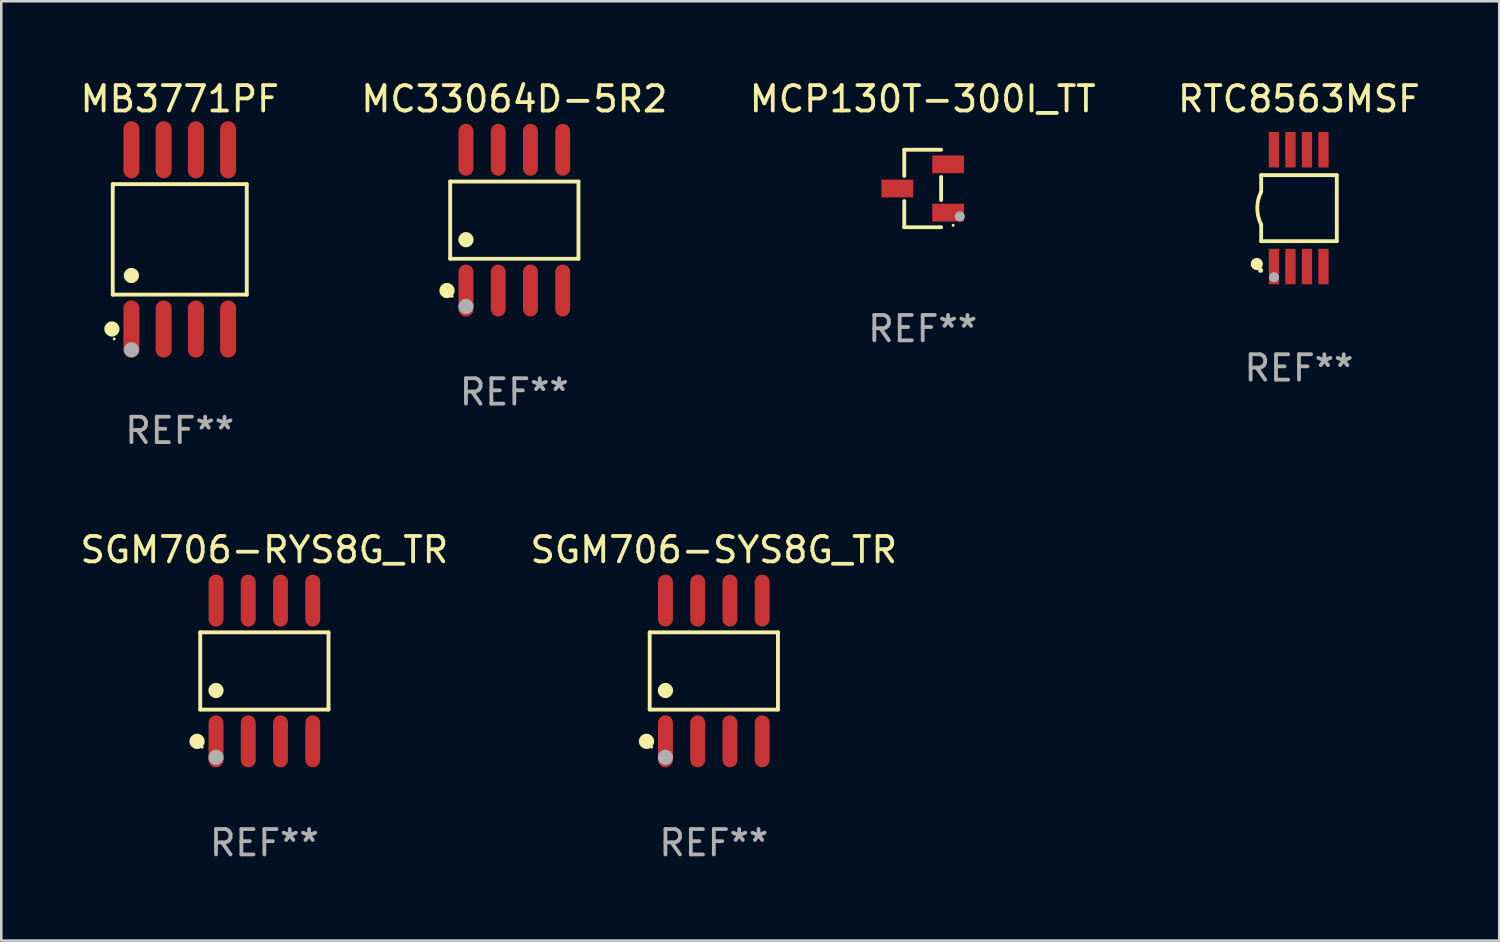
<source format=kicad_pcb>
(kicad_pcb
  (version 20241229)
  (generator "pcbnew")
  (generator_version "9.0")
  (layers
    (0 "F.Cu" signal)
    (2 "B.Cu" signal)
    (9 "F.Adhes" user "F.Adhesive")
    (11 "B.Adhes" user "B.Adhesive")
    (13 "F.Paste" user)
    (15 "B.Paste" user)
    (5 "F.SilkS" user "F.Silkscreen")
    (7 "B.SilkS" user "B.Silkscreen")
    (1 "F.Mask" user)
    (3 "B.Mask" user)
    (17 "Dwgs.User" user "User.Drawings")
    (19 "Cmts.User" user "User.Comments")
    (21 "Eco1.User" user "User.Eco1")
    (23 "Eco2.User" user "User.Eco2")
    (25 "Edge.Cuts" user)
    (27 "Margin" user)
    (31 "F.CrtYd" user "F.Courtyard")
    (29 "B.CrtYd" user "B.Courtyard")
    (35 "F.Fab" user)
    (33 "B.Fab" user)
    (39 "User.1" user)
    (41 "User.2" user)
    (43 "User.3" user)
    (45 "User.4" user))
  (footprint "RTC8563MSF"
    (layer "F.Cu")
    (at 48.113 5.148)
    (property "Reference" "RTC8563MSF" (at 0 -4.3 0) (layer "F.SilkS") (effects (font (size 1 1) (thickness 0.15))))
    (attr through_hole)
    (fp_line (start -1.489 -1.3) (end -1.489 -0.648) (stroke (width 0.15) (type solid)) (layer "F.SilkS"))
    (fp_line (start -1.489 0.648) (end -1.489 1.3) (stroke (width 0.15) (type solid)) (layer "F.SilkS"))
    (fp_line (start -1.489 1.3) (end 1.489 1.3) (stroke (width 0.15) (type solid)) (layer "F.SilkS"))
    (fp_line (start 1.489 -1.3) (end -1.489 -1.3) (stroke (width 0.15) (type solid)) (layer "F.SilkS"))
    (fp_line (start 1.489 1.3) (end 1.489 -1.3) (stroke (width 0.15) (type solid)) (layer "F.SilkS"))
    (fp_arc (start -1.489205 0.647702) (mid -1.642107 0) (end -1.489205 -0.647701) (stroke (width 0.150013) (type solid)) (layer "F.SilkS"))
    (fp_circle (center -1.661 2.2) (end -1.541 2.2) (stroke (width 0.24) (type solid)) (fill no) (layer "F.SilkS"))
    (fp_circle (center -1.511 2.45) (end -1.461 2.45) (stroke (width 0.1) (type solid)) (fill no) (layer "F.SilkS"))
    (fp_circle (center -0.981 2.72) (end -0.881 2.72) (stroke (width 0.2) (type solid)) (fill no) (layer "F.Fab"))
    (fp_text user "REF**" (at 0 6.3 0) (layer "F.Fab") (effects (font (size 1 1) (thickness 0.15))))
    (pad "1" smd rect (at -0.986 2.3) (size 0.406 1.397) (layers "F.Cu" "F.Mask" "F.Paste"))
    (pad "2" smd rect (at -0.336 2.3) (size 0.406 1.397) (layers "F.Cu" "F.Mask" "F.Paste"))
    (pad "3" smd rect (at 0.314 2.3) (size 0.406 1.397) (layers "F.Cu" "F.Mask" "F.Paste"))
    (pad "4" smd rect (at 0.964 2.3) (size 0.406 1.397) (layers "F.Cu" "F.Mask" "F.Paste"))
    (pad "5" smd rect (at 0.964 -2.3) (size 0.406 1.397) (layers "F.Cu" "F.Mask" "F.Paste"))
    (pad "6" smd rect (at 0.314 -2.3) (size 0.406 1.397) (layers "F.Cu" "F.Mask" "F.Paste"))
    (pad "7" smd rect (at -0.336 -2.3) (size 0.406 1.397) (layers "F.Cu" "F.Mask" "F.Paste"))
    (pad "8" smd rect (at -0.986 -2.3) (size 0.406 1.397) (layers "F.Cu" "F.Mask" "F.Paste")))
  (footprint "SGM706-SYS8G_TR"
    (layer "F.Cu")
    (at 25.065 23.377)
    (property "Reference" "SGM706-SYS8G_TR" (at 0 -4.772 0) (layer "F.SilkS") (effects (font (size 1 1) (thickness 0.15))))
    (attr through_hole)
    (fp_line (start -2.526 -1.521) (end 2.526 -1.521) (stroke (width 0.152) (type solid)) (layer "F.SilkS"))
    (fp_line (start -2.526 1.521) (end -2.526 -1.521) (stroke (width 0.152) (type solid)) (layer "F.SilkS"))
    (fp_line (start 2.526 -1.521) (end 2.526 1.521) (stroke (width 0.152) (type solid)) (layer "F.SilkS"))
    (fp_line (start 2.526 1.521) (end -2.526 1.521) (stroke (width 0.152) (type solid)) (layer "F.SilkS"))
    (fp_circle (center -2.652 2.772) (end -2.501 2.772) (stroke (width 0.3) (type solid)) (fill no) (layer "F.SilkS"))
    (fp_circle (center -2.45 3) (end -2.42 3) (stroke (width 0.06) (type solid)) (fill no) (layer "F.SilkS"))
    (fp_circle (center -1.905 0.769) (end -1.755 0.769) (stroke (width 0.3) (type solid)) (fill no) (layer "F.SilkS"))
    (fp_circle (center -1.905 3.4) (end -1.755 3.4) (stroke (width 0.3) (type solid)) (fill no) (layer "F.Fab"))
    (fp_text user "REF**" (at 0 6.772 0) (layer "F.Fab") (effects (font (size 1 1) (thickness 0.15))))
    (pad "1" smd oval (at -1.905 2.772) (size 0.588 2.045) (layers "F.Cu" "F.Mask" "F.Paste"))
    (pad "2" smd oval (at -0.635 2.772) (size 0.588 2.045) (layers "F.Cu" "F.Mask" "F.Paste"))
    (pad "3" smd oval (at 0.635 2.772) (size 0.588 2.045) (layers "F.Cu" "F.Mask" "F.Paste"))
    (pad "4" smd oval (at 1.905 2.772) (size 0.588 2.045) (layers "F.Cu" "F.Mask" "F.Paste"))
    (pad "5" smd oval (at 1.905 -2.772) (size 0.588 2.045) (layers "F.Cu" "F.Mask" "F.Paste"))
    (pad "6" smd oval (at 0.635 -2.772) (size 0.588 2.045) (layers "F.Cu" "F.Mask" "F.Paste"))
    (pad "7" smd oval (at -0.635 -2.772) (size 0.588 2.045) (layers "F.Cu" "F.Mask" "F.Paste"))
    (pad "8" smd oval (at -1.905 -2.772) (size 0.588 2.045) (layers "F.Cu" "F.Mask" "F.Paste")))
  (footprint "MCP130T-300I_TT"
    (layer "F.Cu")
    (at 33.292 4.374)
    (property "Reference" "MCP130T-300I_TT" (at 0 -3.526 0) (layer "F.SilkS") (effects (font (size 1 1) (thickness 0.15))))
    (attr through_hole)
    (fp_line (start -0.726 -1.526) (end -0.726 -0.495) (stroke (width 0.152) (type solid)) (layer "F.SilkS"))
    (fp_line (start -0.726 1.526) (end -0.726 0.495) (stroke (width 0.152) (type solid)) (layer "F.SilkS"))
    (fp_line (start 0.726 -1.526) (end -0.726 -1.526) (stroke (width 0.152) (type solid)) (layer "F.SilkS"))
    (fp_line (start 0.726 -0.455) (end 0.726 0.455) (stroke (width 0.152) (type solid)) (layer "F.SilkS"))
    (fp_line (start 0.726 1.526) (end -0.726 1.526) (stroke (width 0.152) (type solid)) (layer "F.SilkS"))
    (fp_circle (center 1.2 1.45) (end 1.23 1.45) (stroke (width 0.06) (type solid)) (fill no) (layer "F.SilkS"))
    (fp_circle (center 1.46 1.1) (end 1.56 1.1) (stroke (width 0.2) (type solid)) (fill no) (layer "F.Fab"))
    (fp_text user "REF**" (at 0 5.526 0) (layer "F.Fab") (effects (font (size 1 1) (thickness 0.15))))
    (pad "1" smd rect (at 1 0.95) (size 1.25 0.7) (layers "F.Cu" "F.Mask" "F.Paste"))
    (pad "2" smd rect (at 1 -0.95) (size 1.25 0.7) (layers "F.Cu" "F.Mask" "F.Paste"))
    (pad "3" smd rect (at -1 0) (size 1.25 0.7) (layers "F.Cu" "F.Mask" "F.Paste")))
  (footprint "SGM706-RYS8G_TR"
    (layer "F.Cu")
    (at 7.363 23.377)
    (property "Reference" "SGM706-RYS8G_TR" (at 0 -4.772 0) (layer "F.SilkS") (effects (font (size 1 1) (thickness 0.15))))
    (attr through_hole)
    (fp_line (start -2.526 -1.521) (end 2.526 -1.521) (stroke (width 0.152) (type solid)) (layer "F.SilkS"))
    (fp_line (start -2.526 1.521) (end -2.526 -1.521) (stroke (width 0.152) (type solid)) (layer "F.SilkS"))
    (fp_line (start 2.526 -1.521) (end 2.526 1.521) (stroke (width 0.152) (type solid)) (layer "F.SilkS"))
    (fp_line (start 2.526 1.521) (end -2.526 1.521) (stroke (width 0.152) (type solid)) (layer "F.SilkS"))
    (fp_circle (center -2.652 2.772) (end -2.501 2.772) (stroke (width 0.3) (type solid)) (fill no) (layer "F.SilkS"))
    (fp_circle (center -2.45 3) (end -2.42 3) (stroke (width 0.06) (type solid)) (fill no) (layer "F.SilkS"))
    (fp_circle (center -1.905 0.769) (end -1.755 0.769) (stroke (width 0.3) (type solid)) (fill no) (layer "F.SilkS"))
    (fp_circle (center -1.905 3.4) (end -1.755 3.4) (stroke (width 0.3) (type solid)) (fill no) (layer "F.Fab"))
    (fp_text user "REF**" (at 0 6.772 0) (layer "F.Fab") (effects (font (size 1 1) (thickness 0.15))))
    (pad "1" smd oval (at -1.905 2.772) (size 0.588 2.045) (layers "F.Cu" "F.Mask" "F.Paste"))
    (pad "2" smd oval (at -0.635 2.772) (size 0.588 2.045) (layers "F.Cu" "F.Mask" "F.Paste"))
    (pad "3" smd oval (at 0.635 2.772) (size 0.588 2.045) (layers "F.Cu" "F.Mask" "F.Paste"))
    (pad "4" smd oval (at 1.905 2.772) (size 0.588 2.045) (layers "F.Cu" "F.Mask" "F.Paste"))
    (pad "5" smd oval (at 1.905 -2.772) (size 0.588 2.045) (layers "F.Cu" "F.Mask" "F.Paste"))
    (pad "6" smd oval (at 0.635 -2.772) (size 0.588 2.045) (layers "F.Cu" "F.Mask" "F.Paste"))
    (pad "7" smd oval (at -0.635 -2.772) (size 0.588 2.045) (layers "F.Cu" "F.Mask" "F.Paste"))
    (pad "8" smd oval (at -1.905 -2.772) (size 0.588 2.045) (layers "F.Cu" "F.Mask" "F.Paste")))
  (footprint "MB3771PF"
    (layer "F.Cu")
    (at 4.03 6.378)
    (property "Reference" "MB3771PF" (at 0 -5.53 0) (layer "F.SilkS") (effects (font (size 1 1) (thickness 0.15))))
    (attr through_hole)
    (fp_line (start -2.639 -2.176) (end 2.639 -2.176) (stroke (width 0.152) (type solid)) (layer "F.SilkS"))
    (fp_line (start -2.639 2.176) (end -2.639 -2.176) (stroke (width 0.152) (type solid)) (layer "F.SilkS"))
    (fp_line (start 2.639 -2.176) (end 2.639 2.176) (stroke (width 0.152) (type solid)) (layer "F.SilkS"))
    (fp_line (start 2.639 2.176) (end -2.639 2.176) (stroke (width 0.152) (type solid)) (layer "F.SilkS"))
    (fp_circle (center -2.672 3.53) (end -2.522 3.53) (stroke (width 0.3) (type solid)) (fill no) (layer "F.SilkS"))
    (fp_circle (center -2.585 3.92) (end -2.555 3.92) (stroke (width 0.06) (type solid)) (fill no) (layer "F.SilkS"))
    (fp_circle (center -1.905 1.424) (end -1.755 1.424) (stroke (width 0.3) (type solid)) (fill no) (layer "F.SilkS"))
    (fp_circle (center -1.905 4.35) (end -1.755 4.35) (stroke (width 0.3) (type solid)) (fill no) (layer "F.Fab"))
    (fp_text user "REF**" (at 0 7.53 0) (layer "F.Fab") (effects (font (size 1 1) (thickness 0.15))))
    (pad "1" smd oval (at -1.905 3.53) (size 0.63 2.25) (layers "F.Cu" "F.Mask" "F.Paste"))
    (pad "2" smd oval (at -0.635 3.53) (size 0.63 2.25) (layers "F.Cu" "F.Mask" "F.Paste"))
    (pad "3" smd oval (at 0.635 3.53) (size 0.63 2.25) (layers "F.Cu" "F.Mask" "F.Paste"))
    (pad "4" smd oval (at 1.905 3.53) (size 0.63 2.25) (layers "F.Cu" "F.Mask" "F.Paste"))
    (pad "5" smd oval (at 1.905 -3.53) (size 0.63 2.25) (layers "F.Cu" "F.Mask" "F.Paste"))
    (pad "6" smd oval (at 0.635 -3.53) (size 0.63 2.25) (layers "F.Cu" "F.Mask" "F.Paste"))
    (pad "7" smd oval (at -0.635 -3.53) (size 0.63 2.25) (layers "F.Cu" "F.Mask" "F.Paste"))
    (pad "8" smd oval (at -1.905 -3.53) (size 0.63 2.25) (layers "F.Cu" "F.Mask" "F.Paste")))
  (footprint "MC33064D-5R2"
    (layer "F.Cu")
    (at 17.208 5.621)
    (property "Reference" "MC33064D-5R2" (at 0 -4.772 0) (layer "F.SilkS") (effects (font (size 1 1) (thickness 0.15))))
    (attr through_hole)
    (fp_line (start -2.526 -1.521) (end 2.526 -1.521) (stroke (width 0.152) (type solid)) (layer "F.SilkS"))
    (fp_line (start -2.526 1.521) (end -2.526 -1.521) (stroke (width 0.152) (type solid)) (layer "F.SilkS"))
    (fp_line (start 2.526 -1.521) (end 2.526 1.521) (stroke (width 0.152) (type solid)) (layer "F.SilkS"))
    (fp_line (start 2.526 1.521) (end -2.526 1.521) (stroke (width 0.152) (type solid)) (layer "F.SilkS"))
    (fp_circle (center -2.652 2.772) (end -2.501 2.772) (stroke (width 0.3) (type solid)) (fill no) (layer "F.SilkS"))
    (fp_circle (center -2.45 3) (end -2.42 3) (stroke (width 0.06) (type solid)) (fill no) (layer "F.SilkS"))
    (fp_circle (center -1.905 0.769) (end -1.755 0.769) (stroke (width 0.3) (type solid)) (fill no) (layer "F.SilkS"))
    (fp_circle (center -1.905 3.4) (end -1.755 3.4) (stroke (width 0.3) (type solid)) (fill no) (layer "F.Fab"))
    (fp_text user "REF**" (at 0 6.772 0) (layer "F.Fab") (effects (font (size 1 1) (thickness 0.15))))
    (pad "1" smd oval (at -1.905 2.772) (size 0.588 2.045) (layers "F.Cu" "F.Mask" "F.Paste"))
    (pad "2" smd oval (at -0.635 2.772) (size 0.588 2.045) (layers "F.Cu" "F.Mask" "F.Paste"))
    (pad "3" smd oval (at 0.635 2.772) (size 0.588 2.045) (layers "F.Cu" "F.Mask" "F.Paste"))
    (pad "4" smd oval (at 1.905 2.772) (size 0.588 2.045) (layers "F.Cu" "F.Mask" "F.Paste"))
    (pad "5" smd oval (at 1.905 -2.772) (size 0.588 2.045) (layers "F.Cu" "F.Mask" "F.Paste"))
    (pad "6" smd oval (at 0.635 -2.772) (size 0.588 2.045) (layers "F.Cu" "F.Mask" "F.Paste"))
    (pad "7" smd oval (at -0.635 -2.772) (size 0.588 2.045) (layers "F.Cu" "F.Mask" "F.Paste"))
    (pad "8" smd oval (at -1.905 -2.772) (size 0.588 2.045) (layers "F.Cu" "F.Mask" "F.Paste")))
  (gr_rect
    (start -3 -3)
    (end 56 33.998)
    (stroke (width 0.1) (type default))
    (fill no)
    (layer "Edge.Cuts")))
</source>
